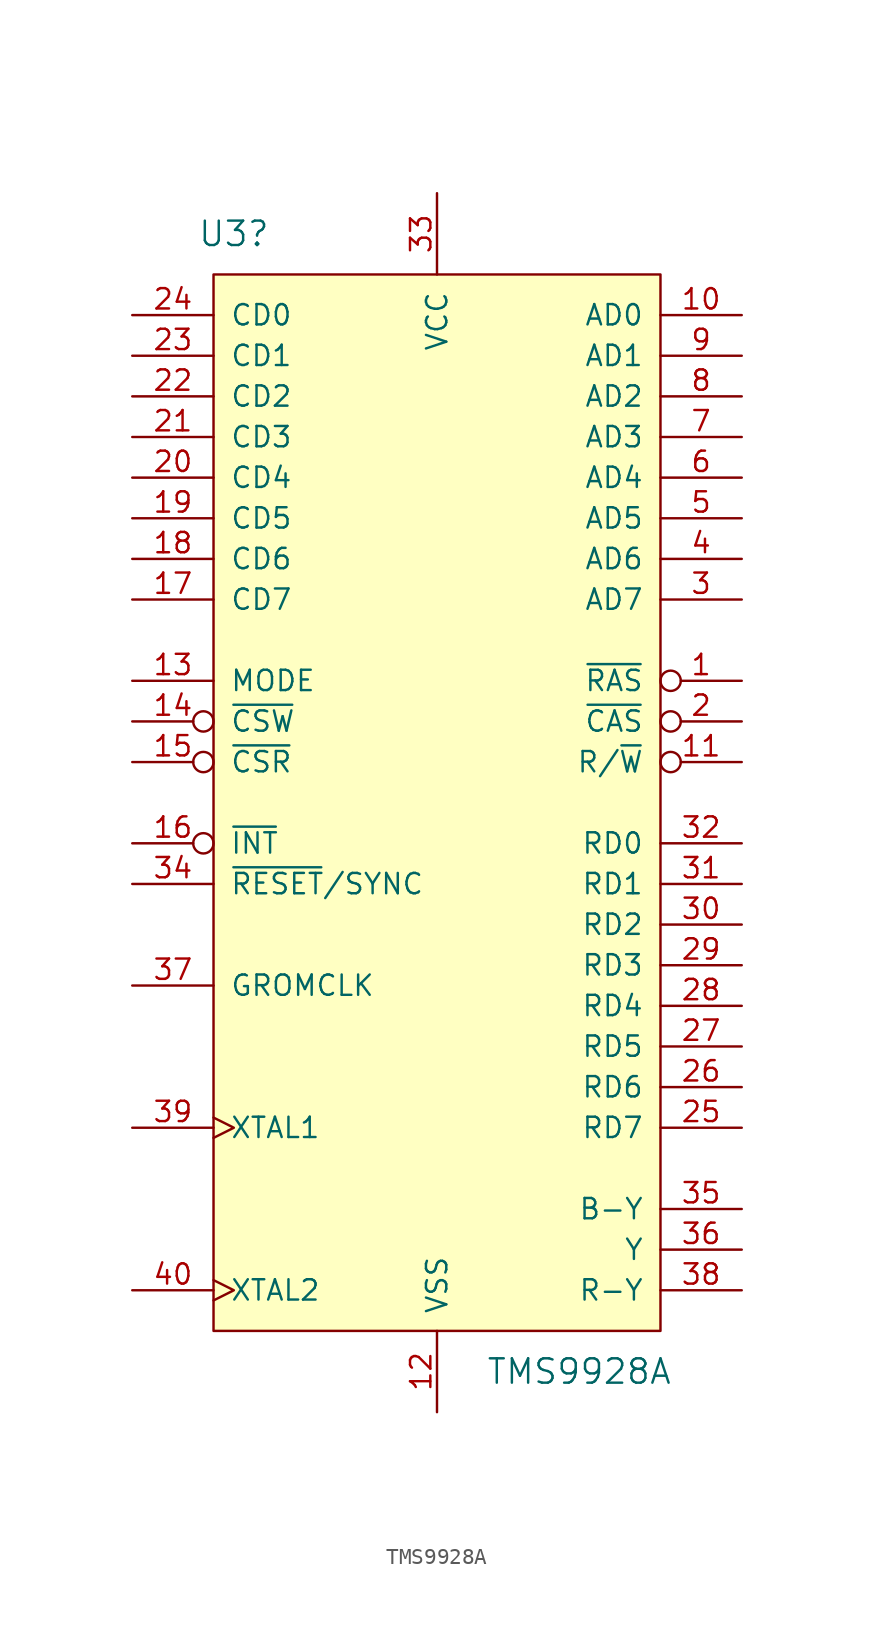
<source format=kicad_sym>
(kicad_symbol_lib
  (version 20220914)
  (generator kicad_symbol_editor)
  (symbol "TMS9928A"
    (pin_names
      (offset 1.016))
    (property "Reference" "U3"
      (at -12.7 35.56 0)
      (effects (font (size 1.524 1.524))))
    (property "Value" "TMS9928A"
      (at 8.89 -35.56 0)
      (effects (font (size 1.524 1.524))))
    (symbol "TMS9928A_0_1"
      (rectangle (start -13.97 33.02) (end 13.97 -33.02) (stroke (width 0) (type default)) (fill (type background))))
    (symbol "TMS9928A_1_1"
      (pin output inverted (at 19.05 7.62 180) (length 5.08) (name "~{RAS}" (effects (font (size 1.27 1.27)))) (number "1" (effects (font (size 1.27 1.27)))))
      (pin output line (at 19.05 30.48 180) (length 5.08) (name "AD0" (effects (font (size 1.27 1.27)))) (number "10" (effects (font (size 1.27 1.27)))))
      (pin output inverted (at 19.05 2.54 180) (length 5.08) (name "R/~{W}" (effects (font (size 1.27 1.27)))) (number "11" (effects (font (size 1.27 1.27)))))
      (pin power_in line (at 0 -38.1 90) (length 5.08) (name "VSS" (effects (font (size 1.27 1.27)))) (number "12" (effects (font (size 1.27 1.27)))))
      (pin input line (at -19.05 7.62 0) (length 5.08) (name "MODE" (effects (font (size 1.27 1.27)))) (number "13" (effects (font (size 1.27 1.27)))))
      (pin input inverted (at -19.05 5.08 0) (length 5.08) (name "~{CSW}" (effects (font (size 1.27 1.27)))) (number "14" (effects (font (size 1.27 1.27)))))
      (pin input inverted (at -19.05 2.54 0) (length 5.08) (name "~{CSR}" (effects (font (size 1.27 1.27)))) (number "15" (effects (font (size 1.27 1.27)))))
      (pin output inverted (at -19.05 -2.54 0) (length 5.08) (name "~{INT}" (effects (font (size 1.27 1.27)))) (number "16" (effects (font (size 1.27 1.27)))))
      (pin bidirectional line (at -19.05 12.7 0) (length 5.08) (name "CD7" (effects (font (size 1.27 1.27)))) (number "17" (effects (font (size 1.27 1.27)))))
      (pin bidirectional line (at -19.05 15.24 0) (length 5.08) (name "CD6" (effects (font (size 1.27 1.27)))) (number "18" (effects (font (size 1.27 1.27)))))
      (pin bidirectional line (at -19.05 17.78 0) (length 5.08) (name "CD5" (effects (font (size 1.27 1.27)))) (number "19" (effects (font (size 1.27 1.27)))))
      (pin output inverted (at 19.05 5.08 180) (length 5.08) (name "~{CAS}" (effects (font (size 1.27 1.27)))) (number "2" (effects (font (size 1.27 1.27)))))
      (pin bidirectional line (at -19.05 20.32 0) (length 5.08) (name "CD4" (effects (font (size 1.27 1.27)))) (number "20" (effects (font (size 1.27 1.27)))))
      (pin bidirectional line (at -19.05 22.86 0) (length 5.08) (name "CD3" (effects (font (size 1.27 1.27)))) (number "21" (effects (font (size 1.27 1.27)))))
      (pin bidirectional line (at -19.05 25.4 0) (length 5.08) (name "CD2" (effects (font (size 1.27 1.27)))) (number "22" (effects (font (size 1.27 1.27)))))
      (pin bidirectional line (at -19.05 27.94 0) (length 5.08) (name "CD1" (effects (font (size 1.27 1.27)))) (number "23" (effects (font (size 1.27 1.27)))))
      (pin bidirectional line (at -19.05 30.48 0) (length 5.08) (name "CD0" (effects (font (size 1.27 1.27)))) (number "24" (effects (font (size 1.27 1.27)))))
      (pin input line (at 19.05 -20.32 180) (length 5.08) (name "RD7" (effects (font (size 1.27 1.27)))) (number "25" (effects (font (size 1.27 1.27)))))
      (pin input line (at 19.05 -17.78 180) (length 5.08) (name "RD6" (effects (font (size 1.27 1.27)))) (number "26" (effects (font (size 1.27 1.27)))))
      (pin input line (at 19.05 -15.24 180) (length 5.08) (name "RD5" (effects (font (size 1.27 1.27)))) (number "27" (effects (font (size 1.27 1.27)))))
      (pin input line (at 19.05 -12.7 180) (length 5.08) (name "RD4" (effects (font (size 1.27 1.27)))) (number "28" (effects (font (size 1.27 1.27)))))
      (pin input line (at 19.05 -10.16 180) (length 5.08) (name "RD3" (effects (font (size 1.27 1.27)))) (number "29" (effects (font (size 1.27 1.27)))))
      (pin output line (at 19.05 12.7 180) (length 5.08) (name "AD7" (effects (font (size 1.27 1.27)))) (number "3" (effects (font (size 1.27 1.27)))))
      (pin input line (at 19.05 -7.62 180) (length 5.08) (name "RD2" (effects (font (size 1.27 1.27)))) (number "30" (effects (font (size 1.27 1.27)))))
      (pin input line (at 19.05 -5.08 180) (length 5.08) (name "RD1" (effects (font (size 1.27 1.27)))) (number "31" (effects (font (size 1.27 1.27)))))
      (pin input line (at 19.05 -2.54 180) (length 5.08) (name "RD0" (effects (font (size 1.27 1.27)))) (number "32" (effects (font (size 1.27 1.27)))))
      (pin power_in line (at 0 38.1 270) (length 5.08) (name "VCC" (effects (font (size 1.27 1.27)))) (number "33" (effects (font (size 1.27 1.27)))))
      (pin input line (at -19.05 -5.08 0) (length 5.08) (name "~{RESET}/SYNC" (effects (font (size 1.27 1.27)))) (number "34" (effects (font (size 1.27 1.27)))))
      (pin output line (at 19.05 -25.4 180) (length 5.08) (name "B-Y" (effects (font (size 1.27 1.27)))) (number "35" (effects (font (size 1.27 1.27)))))
      (pin output line (at 19.05 -27.94 180) (length 5.08) (name "Y" (effects (font (size 1.27 1.27)))) (number "36" (effects (font (size 1.27 1.27)))))
      (pin output line (at -19.05 -11.43 0) (length 5.08) (name "GROMCLK" (effects (font (size 1.27 1.27)))) (number "37" (effects (font (size 1.27 1.27)))))
      (pin output line (at 19.05 -30.48 180) (length 5.08) (name "R-Y" (effects (font (size 1.27 1.27)))) (number "38" (effects (font (size 1.27 1.27)))))
      (pin input clock (at -19.05 -20.32 0) (length 5.08) (name "XTAL1" (effects (font (size 1.27 1.27)))) (number "39" (effects (font (size 1.27 1.27)))))
      (pin output line (at 19.05 15.24 180) (length 5.08) (name "AD6" (effects (font (size 1.27 1.27)))) (number "4" (effects (font (size 1.27 1.27)))))
      (pin input clock (at -19.05 -30.48 0) (length 5.08) (name "XTAL2" (effects (font (size 1.27 1.27)))) (number "40" (effects (font (size 1.27 1.27)))))
      (pin output line (at 19.05 17.78 180) (length 5.08) (name "AD5" (effects (font (size 1.27 1.27)))) (number "5" (effects (font (size 1.27 1.27)))))
      (pin output line (at 19.05 20.32 180) (length 5.08) (name "AD4" (effects (font (size 1.27 1.27)))) (number "6" (effects (font (size 1.27 1.27)))))
      (pin output line (at 19.05 22.86 180) (length 5.08) (name "AD3" (effects (font (size 1.27 1.27)))) (number "7" (effects (font (size 1.27 1.27)))))
      (pin output line (at 19.05 25.4 180) (length 5.08) (name "AD2" (effects (font (size 1.27 1.27)))) (number "8" (effects (font (size 1.27 1.27)))))
      (pin output line (at 19.05 27.94 180) (length 5.08) (name "AD1" (effects (font (size 1.27 1.27)))) (number "9" (effects (font (size 1.27 1.27))))))))
</source>
